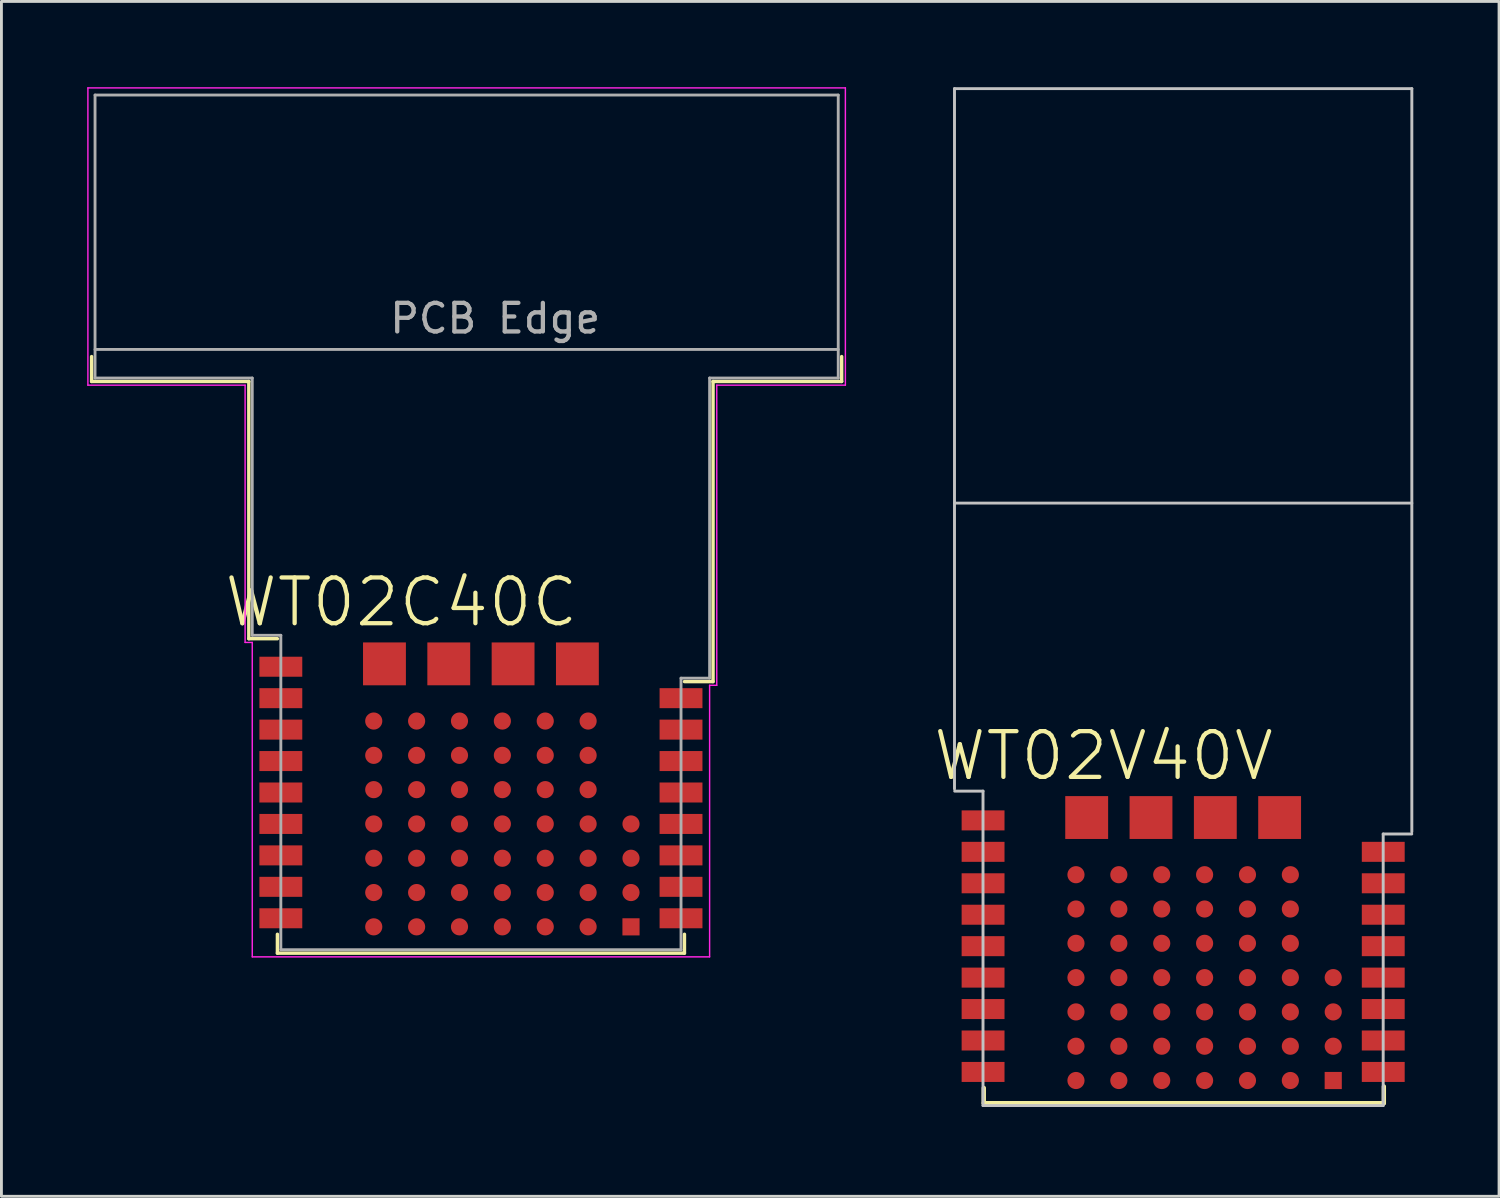
<source format=kicad_pcb>
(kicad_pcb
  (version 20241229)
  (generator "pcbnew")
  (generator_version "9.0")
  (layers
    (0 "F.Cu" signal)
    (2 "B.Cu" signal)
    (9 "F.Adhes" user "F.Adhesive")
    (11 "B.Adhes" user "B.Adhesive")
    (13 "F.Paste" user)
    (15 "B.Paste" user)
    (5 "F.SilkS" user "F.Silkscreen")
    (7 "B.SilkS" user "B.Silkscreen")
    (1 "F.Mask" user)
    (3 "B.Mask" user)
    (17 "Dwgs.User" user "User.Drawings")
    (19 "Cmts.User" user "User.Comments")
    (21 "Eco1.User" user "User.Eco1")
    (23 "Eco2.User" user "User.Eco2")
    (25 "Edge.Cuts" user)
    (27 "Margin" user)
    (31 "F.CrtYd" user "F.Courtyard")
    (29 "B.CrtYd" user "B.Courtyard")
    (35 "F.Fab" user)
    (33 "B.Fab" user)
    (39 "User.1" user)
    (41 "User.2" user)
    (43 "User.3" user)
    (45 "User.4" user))
  (footprint "WT02C40C"
    (layer "F.Cu")
    (at 6.775 30.175)
    (property "Reference" "WT02C40C" (at 4.216 -12.155 0) (layer "F.SilkS") (effects (font (size 1.6 1.6) (thickness 0.15))))
    (attr smd)
    (fp_line (start -6.62 -19.88) (end -6.62 -20.75) (stroke (width 0.12) (type default)) (layer "F.SilkS"))
    (fp_line (start -1.12 -19.88) (end -6.62 -19.88) (stroke (width 0.12) (type default)) (layer "F.SilkS"))
    (fp_line (start -1.12 -10.88) (end -1.12 -19.88) (stroke (width 0.12) (type default)) (layer "F.SilkS"))
    (fp_line (start -0.12 -10.88) (end -1.12 -10.88) (stroke (width 0.12) (type default)) (layer "F.SilkS"))
    (fp_line (start -0.12 0.12) (end -0.12 -0.54) (stroke (width 0.12) (type solid)) (layer "F.SilkS"))
    (fp_line (start -0.12 0.12) (end 14.12 0.12) (stroke (width 0.12) (type solid)) (layer "F.SilkS"))
    (fp_line (start 14.12 0.12) (end 14.12 -0.54) (stroke (width 0.12) (type solid)) (layer "F.SilkS"))
    (fp_line (start 15.12 -19.88) (end 19.62 -19.88) (stroke (width 0.12) (type default)) (layer "F.SilkS"))
    (fp_line (start 15.12 -9.38) (end 14.12 -9.38) (stroke (width 0.12) (type default)) (layer "F.SilkS"))
    (fp_line (start 15.12 -9.38) (end 15.12 -19.88) (stroke (width 0.12) (type default)) (layer "F.SilkS"))
    (fp_line (start 19.62 -19.88) (end 19.62 -20.75) (stroke (width 0.12) (type default)) (layer "F.SilkS"))
    (fp_line (start -6.75 -30.15) (end 19.75 -30.15) (stroke (width 0.05) (type default)) (layer "F.CrtYd"))
    (fp_line (start -6.75 -19.75) (end -6.75 -30.15) (stroke (width 0.05) (type default)) (layer "F.CrtYd"))
    (fp_line (start -1.25 -19.75) (end -6.75 -19.75) (stroke (width 0.05) (type default)) (layer "F.CrtYd"))
    (fp_line (start -1.25 -19.75) (end -1.25 -10.75) (stroke (width 0.05) (type default)) (layer "F.CrtYd"))
    (fp_line (start -1.25 -10.75) (end -1 -10.75) (stroke (width 0.05) (type default)) (layer "F.CrtYd"))
    (fp_line (start -1 -10.75) (end -1 0.25) (stroke (width 0.05) (type default)) (layer "F.CrtYd"))
    (fp_line (start -1 0.25) (end 15 0.25) (stroke (width 0.05) (type default)) (layer "F.CrtYd"))
    (fp_line (start 15 -9.25) (end 15.25 -9.25) (stroke (width 0.05) (type default)) (layer "F.CrtYd"))
    (fp_line (start 15 0.25) (end 15 -9.25) (stroke (width 0.05) (type default)) (layer "F.CrtYd"))
    (fp_line (start 15.25 -9.25) (end 15.25 -19.75) (stroke (width 0.05) (type default)) (layer "F.CrtYd"))
    (fp_line (start 19.75 -30.15) (end 19.75 -19.75) (stroke (width 0.05) (type default)) (layer "F.CrtYd"))
    (fp_line (start 19.75 -19.75) (end 15.25 -19.75) (stroke (width 0.05) (type default)) (layer "F.CrtYd"))
    (fp_line (start -6.5 -29.9) (end 19.5 -29.9) (stroke (width 0.1) (type default)) (layer "F.Fab"))
    (fp_line (start -6.5 -20) (end -6.5 -29.9) (stroke (width 0.1) (type default)) (layer "F.Fab"))
    (fp_line (start -1 -20) (end -6.5 -20) (stroke (width 0.1) (type default)) (layer "F.Fab"))
    (fp_line (start -1 -20) (end -1 -11) (stroke (width 0.1) (type solid)) (layer "F.Fab"))
    (fp_line (start -1 -11) (end 0 -11) (stroke (width 0.1) (type solid)) (layer "F.Fab"))
    (fp_line (start 0 0) (end 0 -11) (stroke (width 0.1) (type solid)) (layer "F.Fab"))
    (fp_line (start 0 0) (end 14 0) (stroke (width 0.1) (type solid)) (layer "F.Fab"))
    (fp_line (start 14 -9.5) (end 15 -9.5) (stroke (width 0.1) (type solid)) (layer "F.Fab"))
    (fp_line (start 14 0) (end 14 -9.5) (stroke (width 0.1) (type solid)) (layer "F.Fab"))
    (fp_line (start 15 -9.5) (end 15 -20) (stroke (width 0.1) (type solid)) (layer "F.Fab"))
    (fp_line (start 19.5 -29.9) (end 19.5 -20) (stroke (width 0.1) (type default)) (layer "F.Fab"))
    (fp_line (start 19.5 -21) (end -6.5 -21) (stroke (width 0.1) (type default)) (layer "F.Fab"))
    (fp_line (start 19.5 -20) (end 15 -20) (stroke (width 0.1) (type default)) (layer "F.Fab"))
    (fp_text user "PCB Edge" (at 7.5 -21.5 0) (unlocked yes) (layer "F.Fab") (effects (font (size 1 1) (thickness 0.15)) (justify bottom)))
    (pad "1" smd rect (at 0 -8.8) (size 1.5 0.7) (layers "F.Cu" "F.Mask" "F.Paste"))
    (pad "2" smd rect (at 0 -7.7) (size 1.5 0.7) (layers "F.Cu" "F.Mask" "F.Paste"))
    (pad "3" smd rect (at 0 -6.6) (size 1.5 0.7) (layers "F.Cu" "F.Mask" "F.Paste"))
    (pad "4" smd rect (at 0 -5.5) (size 1.5 0.7) (layers "F.Cu" "F.Mask" "F.Paste"))
    (pad "5" smd rect (at 0 -4.4) (size 1.5 0.7) (layers "F.Cu" "F.Mask" "F.Paste"))
    (pad "6" smd rect (at 0 -3.3) (size 1.5 0.7) (layers "F.Cu" "F.Mask" "F.Paste"))
    (pad "7" smd rect (at 0 -2.2) (size 1.5 0.7) (layers "F.Cu" "F.Mask" "F.Paste"))
    (pad "8" smd rect (at 0 -1.1) (size 1.5 0.7) (layers "F.Cu" "F.Mask" "F.Paste"))
    (pad "9" smd rect (at 14 -1.1) (size 1.5 0.7) (layers "F.Cu" "F.Mask" "F.Paste"))
    (pad "10" smd rect (at 14 -2.2) (size 1.5 0.7) (layers "F.Cu" "F.Mask" "F.Paste"))
    (pad "11" smd rect (at 14 -3.3) (size 1.5 0.7) (layers "F.Cu" "F.Mask" "F.Paste"))
    (pad "12" smd rect (at 14 -4.4) (size 1.5 0.7) (layers "F.Cu" "F.Mask" "F.Paste"))
    (pad "13" smd rect (at 14 -5.5) (size 1.5 0.7) (layers "F.Cu" "F.Mask" "F.Paste"))
    (pad "14" smd rect (at 14 -6.6) (size 1.5 0.7) (layers "F.Cu" "F.Mask" "F.Paste"))
    (pad "15" smd rect (at 14 -7.7) (size 1.5 0.7) (layers "F.Cu" "F.Mask" "F.Paste"))
    (pad "16" smd rect (at 14 -8.8) (size 1.5 0.7) (layers "F.Cu" "F.Mask" "F.Paste"))
    (pad "17" smd rect (at 0 -9.9) (size 1.5 0.7) (layers "F.Cu" "F.Mask" "F.Paste"))
    (pad "A0" smd circle (at 4.75 -8) (size 0.6 0.6) (layers "F.Cu" "F.Mask" "F.Paste"))
    (pad "A1" smd circle (at 4.75 -6.8) (size 0.6 0.6) (layers "F.Cu" "F.Mask" "F.Paste"))
    (pad "A2" smd circle (at 4.75 -5.6) (size 0.6 0.6) (layers "F.Cu" "F.Mask" "F.Paste"))
    (pad "A3" smd circle (at 4.75 -4.4) (size 0.6 0.6) (layers "F.Cu" "F.Mask" "F.Paste"))
    (pad "A4" smd circle (at 4.75 -3.2) (size 0.6 0.6) (layers "F.Cu" "F.Mask" "F.Paste"))
    (pad "A5" smd circle (at 4.75 -2) (size 0.6 0.6) (layers "F.Cu" "F.Mask" "F.Paste"))
    (pad "A6" smd circle (at 4.75 -0.8) (size 0.6 0.6) (layers "F.Cu" "F.Mask" "F.Paste"))
    (pad "B0" smd circle (at 6.25 -8) (size 0.6 0.6) (layers "F.Cu" "F.Mask" "F.Paste"))
    (pad "B1" smd circle (at 6.25 -6.8) (size 0.6 0.6) (layers "F.Cu" "F.Mask" "F.Paste"))
    (pad "B2" smd circle (at 6.25 -5.6) (size 0.6 0.6) (layers "F.Cu" "F.Mask" "F.Paste"))
    (pad "B3" smd circle (at 6.25 -4.4) (size 0.6 0.6) (layers "F.Cu" "F.Mask" "F.Paste"))
    (pad "B4" smd circle (at 6.25 -3.2) (size 0.6 0.6) (layers "F.Cu" "F.Mask" "F.Paste"))
    (pad "B5" smd circle (at 6.25 -2) (size 0.6 0.6) (layers "F.Cu" "F.Mask" "F.Paste"))
    (pad "B6" smd circle (at 6.25 -0.8) (size 0.6 0.6) (layers "F.Cu" "F.Mask" "F.Paste"))
    (pad "C0" smd circle (at 7.75 -8) (size 0.6 0.6) (layers "F.Cu" "F.Mask" "F.Paste"))
    (pad "C1" smd circle (at 7.75 -6.8) (size 0.6 0.6) (layers "F.Cu" "F.Mask" "F.Paste"))
    (pad "C2" smd circle (at 7.75 -5.6) (size 0.6 0.6) (layers "F.Cu" "F.Mask" "F.Paste"))
    (pad "C3" smd circle (at 7.75 -4.4) (size 0.6 0.6) (layers "F.Cu" "F.Mask" "F.Paste"))
    (pad "C4" smd circle (at 7.75 -3.2) (size 0.6 0.6) (layers "F.Cu" "F.Mask" "F.Paste"))
    (pad "C5" smd circle (at 7.75 -2) (size 0.6 0.6) (layers "F.Cu" "F.Mask" "F.Paste"))
    (pad "C6" smd circle (at 7.75 -0.8) (size 0.6 0.6) (layers "F.Cu" "F.Mask" "F.Paste"))
    (pad "D0" smd circle (at 9.25 -8) (size 0.6 0.6) (layers "F.Cu" "F.Mask" "F.Paste"))
    (pad "D1" smd circle (at 9.25 -6.8) (size 0.6 0.6) (layers "F.Cu" "F.Mask" "F.Paste"))
    (pad "D2" smd circle (at 9.25 -5.6) (size 0.6 0.6) (layers "F.Cu" "F.Mask" "F.Paste"))
    (pad "D3" smd circle (at 9.25 -4.4) (size 0.6 0.6) (layers "F.Cu" "F.Mask" "F.Paste"))
    (pad "D4" smd circle (at 9.25 -3.2) (size 0.6 0.6) (layers "F.Cu" "F.Mask" "F.Paste"))
    (pad "D5" smd circle (at 9.25 -2) (size 0.6 0.6) (layers "F.Cu" "F.Mask" "F.Paste"))
    (pad "D6" smd circle (at 9.25 -0.8) (size 0.6 0.6) (layers "F.Cu" "F.Mask" "F.Paste"))
    (pad "E0" smd circle (at 10.75 -8) (size 0.6 0.6) (layers "F.Cu" "F.Mask" "F.Paste"))
    (pad "E1" smd circle (at 10.75 -6.8) (size 0.6 0.6) (layers "F.Cu" "F.Mask" "F.Paste"))
    (pad "E2" smd circle (at 10.75 -5.6) (size 0.6 0.6) (layers "F.Cu" "F.Mask" "F.Paste"))
    (pad "E3" smd circle (at 10.75 -4.4) (size 0.6 0.6) (layers "F.Cu" "F.Mask" "F.Paste"))
    (pad "E4" smd circle (at 10.75 -3.2) (size 0.6 0.6) (layers "F.Cu" "F.Mask" "F.Paste"))
    (pad "E5" smd circle (at 10.75 -2) (size 0.6 0.6) (layers "F.Cu" "F.Mask" "F.Paste"))
    (pad "E6" smd circle (at 10.75 -0.8) (size 0.6 0.6) (layers "F.Cu" "F.Mask" "F.Paste"))
    (pad "F3" smd circle (at 12.25 -4.4) (size 0.6 0.6) (layers "F.Cu" "F.Mask" "F.Paste"))
    (pad "F4" smd circle (at 12.25 -3.2) (size 0.6 0.6) (layers "F.Cu" "F.Mask" "F.Paste"))
    (pad "F5" smd circle (at 12.25 -2) (size 0.6 0.6) (layers "F.Cu" "F.Mask" "F.Paste"))
    (pad "F6" smd rect (at 12.25 -0.8) (size 0.6 0.6) (layers "F.Cu" "F.Mask" "F.Paste"))
    (pad "H0" smd rect (at 3.625 -10) (size 1.5 1.5) (layers "F.Cu" "F.Mask" "F.Paste"))
    (pad "H1" smd rect (at 5.875 -10) (size 1.499 1.499) (layers "F.Cu" "F.Mask" "F.Paste"))
    (pad "H2" smd rect (at 8.125 -10) (size 1.499 1.499) (layers "F.Cu" "F.Mask" "F.Paste"))
    (pad "H3" smd rect (at 10.375 -10) (size 1.499 1.499) (layers "F.Cu" "F.Mask" "F.Paste"))
    (pad "Z0" smd circle (at 3.25 -8) (size 0.6 0.6) (layers "F.Cu" "F.Mask" "F.Paste"))
    (pad "Z1" smd circle (at 3.25 -6.8) (size 0.6 0.6) (layers "F.Cu" "F.Mask" "F.Paste"))
    (pad "Z2" smd circle (at 3.25 -5.6) (size 0.6 0.6) (layers "F.Cu" "F.Mask" "F.Paste"))
    (pad "Z3" smd circle (at 3.25 -4.4) (size 0.6 0.6) (layers "F.Cu" "F.Mask" "F.Paste"))
    (pad "Z4" smd circle (at 3.25 -3.2) (size 0.6 0.6) (layers "F.Cu" "F.Mask" "F.Paste"))
    (pad "Z5" smd circle (at 3.25 -2) (size 0.6 0.6) (layers "F.Cu" "F.Mask" "F.Paste"))
    (pad "Z6" smd circle (at 3.25 -0.8) (size 0.6 0.6) (layers "F.Cu" "F.Mask" "F.Paste")))
  (footprint "WT02V40V"
    (layer "F.Cu")
    (at 31.342 35.551)
    (property "Reference" "WT02V40V" (at 4.216 -12.155 0) (layer "F.SilkS") (effects (font (size 1.6 1.6) (thickness 0.15))))
    (attr smd)
    (fp_line (start 0.025 -0.008) (end 0.025 -0.541) (stroke (width 0.152) (type solid)) (layer "F.SilkS"))
    (fp_line (start 0.025 -0.008) (end 14.021 -0.008) (stroke (width 0.152) (type solid)) (layer "F.SilkS"))
    (fp_line (start 14.021 -0.008) (end 14.021 -0.592) (stroke (width 0.152) (type solid)) (layer "F.SilkS"))
    (fp_line (start -1 -35.5) (end -1 -11) (stroke (width 0.102) (type solid)) (layer "Dwgs.User"))
    (fp_line (start -1 -35.5) (end 15 -35.5) (stroke (width 0.102) (type solid)) (layer "Dwgs.User"))
    (fp_line (start -0.993 -10.924) (end -0.002 -10.924) (stroke (width 0.102) (type solid)) (layer "Dwgs.User"))
    (fp_line (start -0.002 0.076) (end -0.002 -10.924) (stroke (width 0.102) (type solid)) (layer "Dwgs.User"))
    (fp_line (start -0.002 0.076) (end 13.998 0.076) (stroke (width 0.102) (type solid)) (layer "Dwgs.User"))
    (fp_line (start 13.998 -9.424) (end 14.998 -9.424) (stroke (width 0.102) (type solid)) (layer "Dwgs.User"))
    (fp_line (start 13.998 0.076) (end 13.998 -9.424) (stroke (width 0.102) (type solid)) (layer "Dwgs.User"))
    (fp_line (start 15 -21) (end -1 -21) (stroke (width 0.1) (type default)) (layer "Dwgs.User"))
    (fp_line (start 15 -9.5) (end 15 -35.5) (stroke (width 0.102) (type solid)) (layer "Dwgs.User"))
    (pad "1" smd rect (at 0 -8.8) (size 1.5 0.7) (layers "F.Cu" "F.Mask" "F.Paste"))
    (pad "2" smd rect (at 0 -7.7) (size 1.5 0.7) (layers "F.Cu" "F.Mask" "F.Paste"))
    (pad "3" smd rect (at 0 -6.6) (size 1.5 0.7) (layers "F.Cu" "F.Mask" "F.Paste"))
    (pad "4" smd rect (at 0 -5.5) (size 1.5 0.7) (layers "F.Cu" "F.Mask" "F.Paste"))
    (pad "5" smd rect (at 0 -4.4) (size 1.5 0.7) (layers "F.Cu" "F.Mask" "F.Paste"))
    (pad "6" smd rect (at 0 -3.3) (size 1.5 0.7) (layers "F.Cu" "F.Mask" "F.Paste"))
    (pad "7" smd rect (at 0 -2.2) (size 1.5 0.7) (layers "F.Cu" "F.Mask" "F.Paste"))
    (pad "8" smd rect (at 0 -1.1) (size 1.5 0.7) (layers "F.Cu" "F.Mask" "F.Paste"))
    (pad "9" smd rect (at 14 -1.1) (size 1.5 0.7) (layers "F.Cu" "F.Mask" "F.Paste"))
    (pad "10" smd rect (at 14 -2.2) (size 1.5 0.7) (layers "F.Cu" "F.Mask" "F.Paste"))
    (pad "11" smd rect (at 14 -3.3) (size 1.5 0.7) (layers "F.Cu" "F.Mask" "F.Paste"))
    (pad "12" smd rect (at 14 -4.4) (size 1.5 0.7) (layers "F.Cu" "F.Mask" "F.Paste"))
    (pad "13" smd rect (at 14 -5.5) (size 1.5 0.7) (layers "F.Cu" "F.Mask" "F.Paste"))
    (pad "14" smd rect (at 14 -6.6) (size 1.5 0.7) (layers "F.Cu" "F.Mask" "F.Paste"))
    (pad "15" smd rect (at 14 -7.7) (size 1.5 0.7) (layers "F.Cu" "F.Mask" "F.Paste"))
    (pad "16" smd rect (at 14 -8.8) (size 1.5 0.7) (layers "F.Cu" "F.Mask" "F.Paste"))
    (pad "17" smd rect (at 0 -9.9) (size 1.5 0.7) (layers "F.Cu" "F.Mask" "F.Paste"))
    (pad "A0" smd circle (at 4.75 -8) (size 0.6 0.6) (layers "F.Cu" "F.Mask" "F.Paste"))
    (pad "A1" smd circle (at 4.75 -6.8) (size 0.6 0.6) (layers "F.Cu" "F.Mask" "F.Paste"))
    (pad "A2" smd circle (at 4.75 -5.6) (size 0.6 0.6) (layers "F.Cu" "F.Mask" "F.Paste"))
    (pad "A3" smd circle (at 4.75 -4.4) (size 0.6 0.6) (layers "F.Cu" "F.Mask" "F.Paste"))
    (pad "A4" smd circle (at 4.75 -3.2) (size 0.6 0.6) (layers "F.Cu" "F.Mask" "F.Paste"))
    (pad "A5" smd circle (at 4.75 -2) (size 0.6 0.6) (layers "F.Cu" "F.Mask" "F.Paste"))
    (pad "A6" smd circle (at 4.75 -0.8) (size 0.6 0.6) (layers "F.Cu" "F.Mask" "F.Paste"))
    (pad "B0" smd circle (at 6.25 -8) (size 0.6 0.6) (layers "F.Cu" "F.Mask" "F.Paste"))
    (pad "B1" smd circle (at 6.25 -6.8) (size 0.6 0.6) (layers "F.Cu" "F.Mask" "F.Paste"))
    (pad "B2" smd circle (at 6.25 -5.6) (size 0.6 0.6) (layers "F.Cu" "F.Mask" "F.Paste"))
    (pad "B3" smd circle (at 6.25 -4.4) (size 0.6 0.6) (layers "F.Cu" "F.Mask" "F.Paste"))
    (pad "B4" smd circle (at 6.25 -3.2) (size 0.6 0.6) (layers "F.Cu" "F.Mask" "F.Paste"))
    (pad "B5" smd circle (at 6.25 -2) (size 0.6 0.6) (layers "F.Cu" "F.Mask" "F.Paste"))
    (pad "B6" smd circle (at 6.25 -0.8) (size 0.6 0.6) (layers "F.Cu" "F.Mask" "F.Paste"))
    (pad "C0" smd circle (at 7.75 -8) (size 0.6 0.6) (layers "F.Cu" "F.Mask" "F.Paste"))
    (pad "C1" smd circle (at 7.75 -6.8) (size 0.6 0.6) (layers "F.Cu" "F.Mask" "F.Paste"))
    (pad "C2" smd circle (at 7.75 -5.6) (size 0.6 0.6) (layers "F.Cu" "F.Mask" "F.Paste"))
    (pad "C3" smd circle (at 7.75 -4.4) (size 0.6 0.6) (layers "F.Cu" "F.Mask" "F.Paste"))
    (pad "C4" smd circle (at 7.75 -3.2) (size 0.6 0.6) (layers "F.Cu" "F.Mask" "F.Paste"))
    (pad "C5" smd circle (at 7.75 -2) (size 0.6 0.6) (layers "F.Cu" "F.Mask" "F.Paste"))
    (pad "C6" smd circle (at 7.75 -0.8) (size 0.6 0.6) (layers "F.Cu" "F.Mask" "F.Paste"))
    (pad "D0" smd circle (at 9.25 -8) (size 0.6 0.6) (layers "F.Cu" "F.Mask" "F.Paste"))
    (pad "D1" smd circle (at 9.25 -6.8) (size 0.6 0.6) (layers "F.Cu" "F.Mask" "F.Paste"))
    (pad "D2" smd circle (at 9.25 -5.6) (size 0.6 0.6) (layers "F.Cu" "F.Mask" "F.Paste"))
    (pad "D3" smd circle (at 9.25 -4.4) (size 0.6 0.6) (layers "F.Cu" "F.Mask" "F.Paste"))
    (pad "D4" smd circle (at 9.25 -3.2) (size 0.6 0.6) (layers "F.Cu" "F.Mask" "F.Paste"))
    (pad "D5" smd circle (at 9.25 -2) (size 0.6 0.6) (layers "F.Cu" "F.Mask" "F.Paste"))
    (pad "D6" smd circle (at 9.25 -0.8) (size 0.6 0.6) (layers "F.Cu" "F.Mask" "F.Paste"))
    (pad "E0" smd circle (at 10.75 -8) (size 0.6 0.6) (layers "F.Cu" "F.Mask" "F.Paste"))
    (pad "E1" smd circle (at 10.75 -6.8) (size 0.6 0.6) (layers "F.Cu" "F.Mask" "F.Paste"))
    (pad "E2" smd circle (at 10.75 -5.6) (size 0.6 0.6) (layers "F.Cu" "F.Mask" "F.Paste"))
    (pad "E3" smd circle (at 10.75 -4.4) (size 0.6 0.6) (layers "F.Cu" "F.Mask" "F.Paste"))
    (pad "E4" smd circle (at 10.75 -3.2) (size 0.6 0.6) (layers "F.Cu" "F.Mask" "F.Paste"))
    (pad "E5" smd circle (at 10.75 -2) (size 0.6 0.6) (layers "F.Cu" "F.Mask" "F.Paste"))
    (pad "E6" smd circle (at 10.75 -0.8) (size 0.6 0.6) (layers "F.Cu" "F.Mask" "F.Paste"))
    (pad "F3" smd circle (at 12.25 -4.4) (size 0.6 0.6) (layers "F.Cu" "F.Mask" "F.Paste"))
    (pad "F4" smd circle (at 12.25 -3.2) (size 0.6 0.6) (layers "F.Cu" "F.Mask" "F.Paste"))
    (pad "F5" smd circle (at 12.25 -2) (size 0.6 0.6) (layers "F.Cu" "F.Mask" "F.Paste"))
    (pad "F6" smd rect (at 12.25 -0.8) (size 0.6 0.6) (layers "F.Cu" "F.Mask" "F.Paste"))
    (pad "H0" smd rect (at 3.625 -10) (size 1.5 1.5) (layers "F.Cu" "F.Mask" "F.Paste"))
    (pad "H1" smd rect (at 5.875 -10) (size 1.499 1.499) (layers "F.Cu" "F.Mask" "F.Paste"))
    (pad "H2" smd rect (at 8.125 -10) (size 1.499 1.499) (layers "F.Cu" "F.Mask" "F.Paste"))
    (pad "H3" smd rect (at 10.375 -10) (size 1.499 1.499) (layers "F.Cu" "F.Mask" "F.Paste"))
    (pad "Z0" smd circle (at 3.25 -8) (size 0.6 0.6) (layers "F.Cu" "F.Mask" "F.Paste"))
    (pad "Z1" smd circle (at 3.25 -6.8) (size 0.6 0.6) (layers "F.Cu" "F.Mask" "F.Paste"))
    (pad "Z2" smd circle (at 3.25 -5.6) (size 0.6 0.6) (layers "F.Cu" "F.Mask" "F.Paste"))
    (pad "Z3" smd circle (at 3.25 -4.4) (size 0.6 0.6) (layers "F.Cu" "F.Mask" "F.Paste"))
    (pad "Z4" smd circle (at 3.25 -3.2) (size 0.6 0.6) (layers "F.Cu" "F.Mask" "F.Paste"))
    (pad "Z5" smd circle (at 3.25 -2) (size 0.6 0.6) (layers "F.Cu" "F.Mask" "F.Paste"))
    (pad "Z6" smd circle (at 3.25 -0.8) (size 0.6 0.6) (layers "F.Cu" "F.Mask" "F.Paste")))
  (gr_rect
    (start -3 -3)
    (end 49.393 38.801)
    (stroke (width 0.1) (type default))
    (fill no)
    (layer "Edge.Cuts")))
</source>
